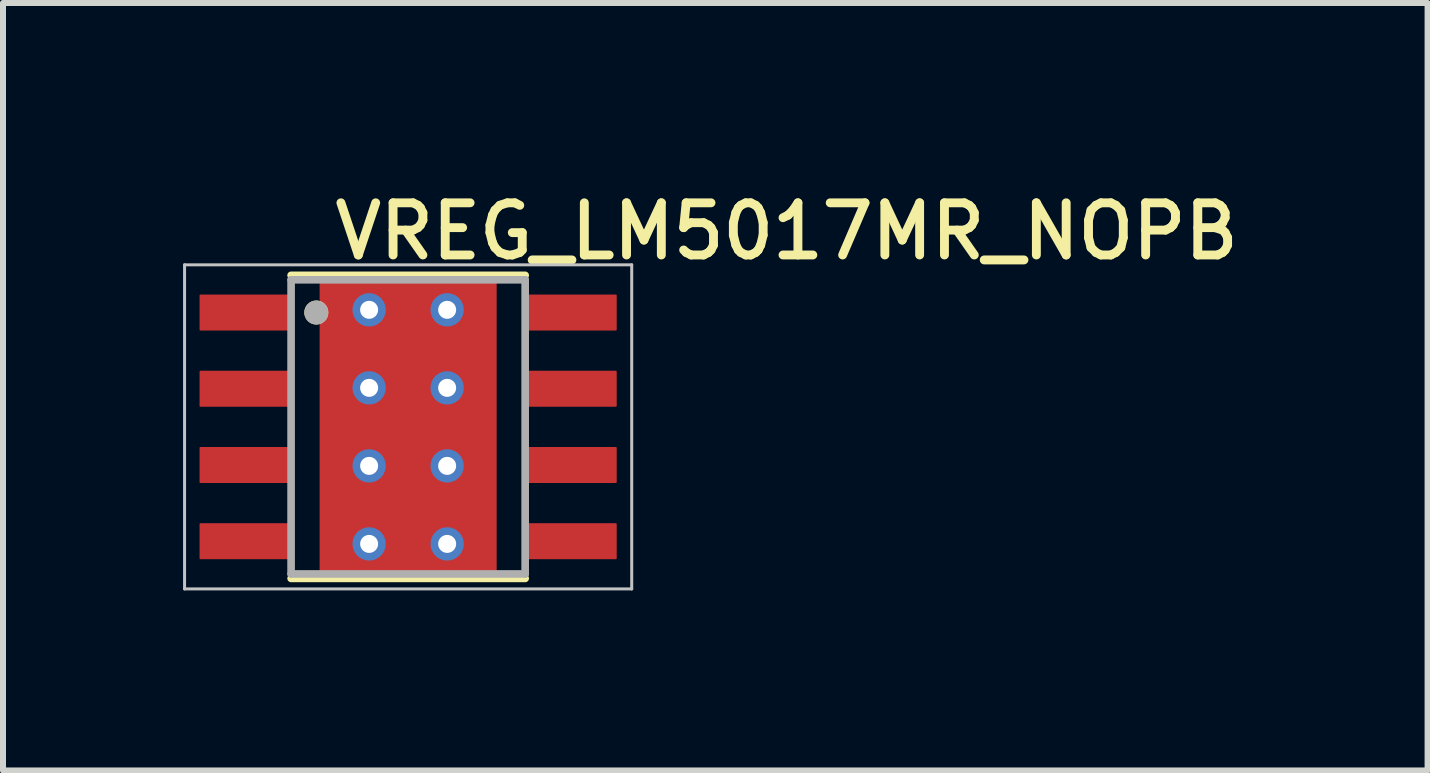
<source format=kicad_pcb>
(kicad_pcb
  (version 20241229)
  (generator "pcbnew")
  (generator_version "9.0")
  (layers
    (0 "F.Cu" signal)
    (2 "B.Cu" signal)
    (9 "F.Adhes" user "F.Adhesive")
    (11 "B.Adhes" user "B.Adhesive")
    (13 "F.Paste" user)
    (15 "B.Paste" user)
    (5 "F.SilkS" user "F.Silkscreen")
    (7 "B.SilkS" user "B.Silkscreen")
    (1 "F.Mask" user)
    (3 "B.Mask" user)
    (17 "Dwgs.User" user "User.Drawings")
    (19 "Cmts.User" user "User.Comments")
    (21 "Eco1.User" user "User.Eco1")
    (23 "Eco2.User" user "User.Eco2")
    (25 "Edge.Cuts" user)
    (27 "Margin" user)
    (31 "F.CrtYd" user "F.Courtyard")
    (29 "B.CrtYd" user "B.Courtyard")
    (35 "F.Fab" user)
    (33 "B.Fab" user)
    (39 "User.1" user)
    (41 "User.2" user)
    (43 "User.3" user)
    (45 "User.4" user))
  (footprint "VREG_LM5017MR_NOPB"
    (layer "F.Cu")
    (at 3.75 4.062)
    (property "Reference" "VREG_LM5017MR_NOPB" (at -1.3 -2.75 180) (layer "F.SilkS") (effects (font (size 0.869 0.869) (thickness 0.148)) (justify left bottom)))
    (attr through_hole)
    (fp_poly (pts (xy -1.475 -2.45) (xy -1.475 2.45) (xy 1.475 2.45) (xy 1.475 -2.45)) (stroke (width 0) (type solid)) (fill yes) (layer "F.Cu"))
    (fp_poly (pts (xy -1.2 1.55) (xy 1.2 1.55) (xy 1.2 -1.55) (xy -1.2 -1.55)) (stroke (width 0) (type solid)) (fill yes) (layer "F.Mask"))
    (fp_poly (pts (xy -1.905 -1.535) (xy -3.495 -1.535) (xy -3.545 -1.585) (xy -3.545 -2.225) (xy -3.495 -2.275) (xy -1.905 -2.275) (xy -1.855 -2.225) (xy -1.855 -1.585)) (stroke (width 0) (type solid)) (fill yes) (layer "F.Mask"))
    (fp_poly (pts (xy -1.905 -0.265) (xy -3.495 -0.265) (xy -3.545 -0.315) (xy -3.545 -0.955) (xy -3.495 -1.005) (xy -1.905 -1.005) (xy -1.855 -0.955) (xy -1.855 -0.315)) (stroke (width 0) (type solid)) (fill yes) (layer "F.Mask"))
    (fp_poly (pts (xy -1.905 1.005) (xy -3.495 1.005) (xy -3.545 0.955) (xy -3.545 0.315) (xy -3.495 0.265) (xy -1.905 0.265) (xy -1.855 0.315) (xy -1.855 0.955)) (stroke (width 0) (type solid)) (fill yes) (layer "F.Mask"))
    (fp_poly (pts (xy -1.905 2.275) (xy -3.495 2.275) (xy -3.545 2.225) (xy -3.545 1.585) (xy -3.495 1.535) (xy -1.905 1.535) (xy -1.855 1.585) (xy -1.855 2.225)) (stroke (width 0) (type solid)) (fill yes) (layer "F.Mask"))
    (fp_poly (pts (xy 3.495 -1.535) (xy 1.905 -1.535) (xy 1.855 -1.585) (xy 1.855 -2.225) (xy 1.905 -2.275) (xy 3.495 -2.275) (xy 3.545 -2.225) (xy 3.545 -1.585)) (stroke (width 0) (type solid)) (fill yes) (layer "F.Mask"))
    (fp_poly (pts (xy 3.495 -0.265) (xy 1.905 -0.265) (xy 1.855 -0.315) (xy 1.855 -0.955) (xy 1.905 -1.005) (xy 3.495 -1.005) (xy 3.545 -0.955) (xy 3.545 -0.315)) (stroke (width 0) (type solid)) (fill yes) (layer "F.Mask"))
    (fp_poly (pts (xy 3.495 1.005) (xy 1.905 1.005) (xy 1.855 0.955) (xy 1.855 0.315) (xy 1.905 0.265) (xy 3.495 0.265) (xy 3.545 0.315) (xy 3.545 0.955)) (stroke (width 0) (type solid)) (fill yes) (layer "F.Mask"))
    (fp_poly (pts (xy 3.495 2.275) (xy 1.905 2.275) (xy 1.855 2.225) (xy 1.855 1.585) (xy 1.905 1.535) (xy 3.495 1.535) (xy 3.545 1.585) (xy 3.545 2.225)) (stroke (width 0) (type solid)) (fill yes) (layer "F.Mask"))
    (fp_line (start -1.95 -2.525) (end 1.95 -2.525) (stroke (width 0.127) (type solid)) (layer "F.SilkS"))
    (fp_line (start -1.95 2.525) (end 1.95 2.525) (stroke (width 0.127) (type solid)) (layer "F.SilkS"))
    (fp_circle (center -1.53 -1.905) (end -1.43 -1.905) (stroke (width 0.2) (type solid)) (fill no) (layer "F.SilkS"))
    (fp_poly (pts (xy -1.355 1.7) (xy 1.355 1.7) (xy 1.355 -1.7) (xy -1.355 -1.7)) (stroke (width 0) (type solid)) (fill yes) (layer "F.Paste"))
    (fp_line (start -3.725 -2.7) (end -3.725 2.7) (stroke (width 0.05) (type solid)) (layer "Dwgs.User"))
    (fp_line (start -3.725 -2.7) (end 3.725 -2.7) (stroke (width 0.05) (type solid)) (layer "Dwgs.User"))
    (fp_line (start -3.725 2.7) (end 3.725 2.7) (stroke (width 0.05) (type solid)) (layer "Dwgs.User"))
    (fp_line (start 3.725 -2.7) (end 3.725 2.7) (stroke (width 0.05) (type solid)) (layer "Dwgs.User"))
    (fp_line (start -1.95 -2.45) (end -1.95 2.45) (stroke (width 0.127) (type solid)) (layer "F.Fab"))
    (fp_line (start -1.95 -2.45) (end 1.95 -2.45) (stroke (width 0.127) (type solid)) (layer "F.Fab"))
    (fp_line (start -1.95 2.45) (end 1.95 2.45) (stroke (width 0.127) (type solid)) (layer "F.Fab"))
    (fp_line (start 1.95 -2.45) (end 1.95 2.45) (stroke (width 0.127) (type solid)) (layer "F.Fab"))
    (fp_circle (center -1.53 -1.905) (end -1.43 -1.905) (stroke (width 0.2) (type solid)) (fill no) (layer "F.Fab"))
    (pad "1" smd roundrect (at -2.7 -1.905) (size 1.55 0.6) (layers "F.Cu" "F.Mask" "F.Paste") (roundrect_rratio 0.025))
    (pad "2" smd roundrect (at -2.7 -0.635) (size 1.55 0.6) (layers "F.Cu" "F.Mask" "F.Paste") (roundrect_rratio 0.025))
    (pad "3" smd roundrect (at -2.7 0.635) (size 1.55 0.6) (layers "F.Cu" "F.Mask" "F.Paste") (roundrect_rratio 0.025))
    (pad "4" smd roundrect (at -2.7 1.905) (size 1.55 0.6) (layers "F.Cu" "F.Mask" "F.Paste") (roundrect_rratio 0.025))
    (pad "5" smd roundrect (at 2.7 1.905) (size 1.55 0.6) (layers "F.Cu" "F.Mask" "F.Paste") (roundrect_rratio 0.025))
    (pad "6" smd roundrect (at 2.7 0.635) (size 1.55 0.6) (layers "F.Cu" "F.Mask" "F.Paste") (roundrect_rratio 0.025))
    (pad "7" smd roundrect (at 2.7 -0.635) (size 1.55 0.6) (layers "F.Cu" "F.Mask" "F.Paste") (roundrect_rratio 0.025))
    (pad "8" smd roundrect (at 2.7 -1.905) (size 1.55 0.6) (layers "F.Cu" "F.Mask" "F.Paste") (roundrect_rratio 0.025))
    (pad "10" thru_hole circle (at -0.65 -1.95) (size 0.554 0.554) (drill 0.3) (layers "*.Cu" "*.Mask"))
    (pad "11" thru_hole circle (at 0.65 -1.95) (size 0.554 0.554) (drill 0.3) (layers "*.Cu" "*.Mask"))
    (pad "12" thru_hole circle (at -0.65 -0.65) (size 0.554 0.554) (drill 0.3) (layers "*.Cu" "*.Mask"))
    (pad "13" thru_hole circle (at 0.65 -0.65) (size 0.554 0.554) (drill 0.3) (layers "*.Cu" "*.Mask"))
    (pad "14" thru_hole circle (at -0.65 0.65) (size 0.554 0.554) (drill 0.3) (layers "*.Cu" "*.Mask"))
    (pad "15" thru_hole circle (at 0.65 0.65) (size 0.554 0.554) (drill 0.3) (layers "*.Cu" "*.Mask"))
    (pad "16" thru_hole circle (at -0.65 1.95) (size 0.554 0.554) (drill 0.3) (layers "*.Cu" "*.Mask"))
    (pad "17" thru_hole circle (at 0.65 1.95) (size 0.554 0.554) (drill 0.3) (layers "*.Cu" "*.Mask")))
  (gr_rect
    (start -3 -3)
    (end 20.735 9.787)
    (stroke (width 0.1) (type default))
    (fill no)
    (layer "Edge.Cuts")))
</source>
